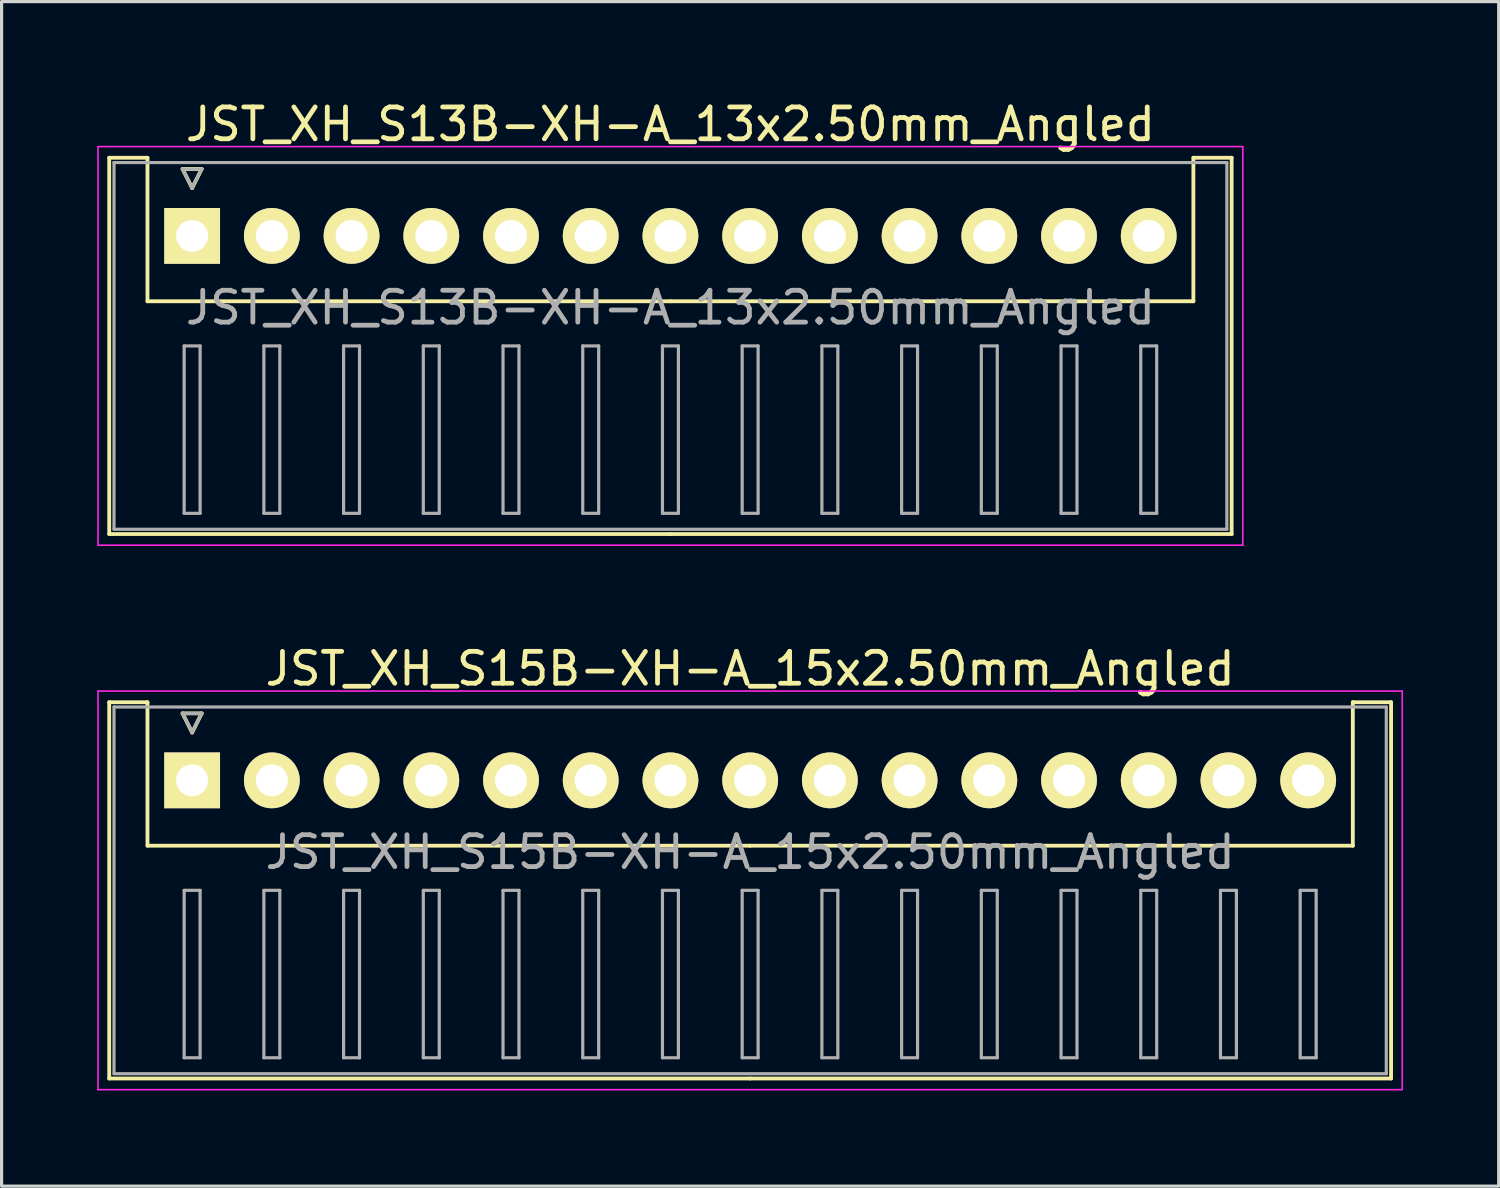
<source format=kicad_pcb>
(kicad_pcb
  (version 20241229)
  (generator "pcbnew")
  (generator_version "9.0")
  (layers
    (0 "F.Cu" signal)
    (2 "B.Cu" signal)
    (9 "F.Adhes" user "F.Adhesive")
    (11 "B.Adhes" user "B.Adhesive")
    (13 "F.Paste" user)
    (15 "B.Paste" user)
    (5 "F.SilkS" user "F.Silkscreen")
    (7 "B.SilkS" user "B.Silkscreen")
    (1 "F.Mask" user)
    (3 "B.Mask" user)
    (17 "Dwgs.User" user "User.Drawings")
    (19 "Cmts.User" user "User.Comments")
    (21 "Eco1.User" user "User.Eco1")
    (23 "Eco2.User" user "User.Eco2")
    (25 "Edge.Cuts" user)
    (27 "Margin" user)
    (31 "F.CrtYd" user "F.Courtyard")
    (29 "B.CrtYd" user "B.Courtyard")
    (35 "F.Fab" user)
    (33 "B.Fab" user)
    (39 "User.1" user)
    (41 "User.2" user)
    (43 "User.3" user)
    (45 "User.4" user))
  (footprint "JST_XH_S13B-XH-A_13x2.50mm_Angled"
    (layer "F.Cu")
    (at 2.975 4.348)
    (property "Reference" "JST_XH_S13B-XH-A_13x2.50mm_Angled" (at 15 -3.5 0) (layer "F.SilkS") (effects (font (size 1 1) (thickness 0.15))))
    (attr through_hole)
    (fp_line (start -2.6 -2.45) (end -1.4 -2.45) (stroke (width 0.12) (type solid)) (layer "F.SilkS"))
    (fp_line (start -2.6 9.35) (end -2.6 -2.45) (stroke (width 0.12) (type solid)) (layer "F.SilkS"))
    (fp_line (start -1.4 -2.45) (end -1.4 2.05) (stroke (width 0.12) (type solid)) (layer "F.SilkS"))
    (fp_line (start -1.4 2.05) (end 15 2.05) (stroke (width 0.12) (type solid)) (layer "F.SilkS"))
    (fp_line (start -0.3 -2.1) (end 0.3 -2.1) (stroke (width 0.12) (type solid)) (layer "F.SilkS"))
    (fp_line (start 0 -1.5) (end -0.3 -2.1) (stroke (width 0.12) (type solid)) (layer "F.SilkS"))
    (fp_line (start 0.3 -2.1) (end 0 -1.5) (stroke (width 0.12) (type solid)) (layer "F.SilkS"))
    (fp_line (start 15 9.35) (end -2.6 9.35) (stroke (width 0.12) (type solid)) (layer "F.SilkS"))
    (fp_line (start 15 9.35) (end 32.6 9.35) (stroke (width 0.12) (type solid)) (layer "F.SilkS"))
    (fp_line (start 31.4 -2.45) (end 31.4 2.05) (stroke (width 0.12) (type solid)) (layer "F.SilkS"))
    (fp_line (start 31.4 2.05) (end 15 2.05) (stroke (width 0.12) (type solid)) (layer "F.SilkS"))
    (fp_line (start 32.6 -2.45) (end 31.4 -2.45) (stroke (width 0.12) (type solid)) (layer "F.SilkS"))
    (fp_line (start 32.6 9.35) (end 32.6 -2.45) (stroke (width 0.12) (type solid)) (layer "F.SilkS"))
    (fp_line (start -2.95 -2.8) (end -2.95 9.7) (stroke (width 0.05) (type solid)) (layer "F.CrtYd"))
    (fp_line (start -2.95 9.7) (end 32.95 9.7) (stroke (width 0.05) (type solid)) (layer "F.CrtYd"))
    (fp_line (start 32.95 -2.8) (end -2.95 -2.8) (stroke (width 0.05) (type solid)) (layer "F.CrtYd"))
    (fp_line (start 32.95 9.7) (end 32.95 -2.8) (stroke (width 0.05) (type solid)) (layer "F.CrtYd"))
    (fp_line (start -2.45 -2.3) (end -2.45 9.2) (stroke (width 0.1) (type solid)) (layer "F.Fab"))
    (fp_line (start -2.45 9.2) (end 32.45 9.2) (stroke (width 0.1) (type solid)) (layer "F.Fab"))
    (fp_line (start -0.3 -2.1) (end 0.3 -2.1) (stroke (width 0.1) (type solid)) (layer "F.Fab"))
    (fp_line (start -0.25 3.45) (end -0.25 8.7) (stroke (width 0.1) (type solid)) (layer "F.Fab"))
    (fp_line (start -0.25 8.7) (end 0.25 8.7) (stroke (width 0.1) (type solid)) (layer "F.Fab"))
    (fp_line (start 0 -1.5) (end -0.3 -2.1) (stroke (width 0.1) (type solid)) (layer "F.Fab"))
    (fp_line (start 0.25 3.45) (end -0.25 3.45) (stroke (width 0.1) (type solid)) (layer "F.Fab"))
    (fp_line (start 0.25 8.7) (end 0.25 3.45) (stroke (width 0.1) (type solid)) (layer "F.Fab"))
    (fp_line (start 0.3 -2.1) (end 0 -1.5) (stroke (width 0.1) (type solid)) (layer "F.Fab"))
    (fp_line (start 2.25 3.45) (end 2.25 8.7) (stroke (width 0.1) (type solid)) (layer "F.Fab"))
    (fp_line (start 2.25 8.7) (end 2.75 8.7) (stroke (width 0.1) (type solid)) (layer "F.Fab"))
    (fp_line (start 2.75 3.45) (end 2.25 3.45) (stroke (width 0.1) (type solid)) (layer "F.Fab"))
    (fp_line (start 2.75 8.7) (end 2.75 3.45) (stroke (width 0.1) (type solid)) (layer "F.Fab"))
    (fp_line (start 4.75 3.45) (end 4.75 8.7) (stroke (width 0.1) (type solid)) (layer "F.Fab"))
    (fp_line (start 4.75 8.7) (end 5.25 8.7) (stroke (width 0.1) (type solid)) (layer "F.Fab"))
    (fp_line (start 5.25 3.45) (end 4.75 3.45) (stroke (width 0.1) (type solid)) (layer "F.Fab"))
    (fp_line (start 5.25 8.7) (end 5.25 3.45) (stroke (width 0.1) (type solid)) (layer "F.Fab"))
    (fp_line (start 7.25 3.45) (end 7.25 8.7) (stroke (width 0.1) (type solid)) (layer "F.Fab"))
    (fp_line (start 7.25 8.7) (end 7.75 8.7) (stroke (width 0.1) (type solid)) (layer "F.Fab"))
    (fp_line (start 7.75 3.45) (end 7.25 3.45) (stroke (width 0.1) (type solid)) (layer "F.Fab"))
    (fp_line (start 7.75 8.7) (end 7.75 3.45) (stroke (width 0.1) (type solid)) (layer "F.Fab"))
    (fp_line (start 9.75 3.45) (end 9.75 8.7) (stroke (width 0.1) (type solid)) (layer "F.Fab"))
    (fp_line (start 9.75 8.7) (end 10.25 8.7) (stroke (width 0.1) (type solid)) (layer "F.Fab"))
    (fp_line (start 10.25 3.45) (end 9.75 3.45) (stroke (width 0.1) (type solid)) (layer "F.Fab"))
    (fp_line (start 10.25 8.7) (end 10.25 3.45) (stroke (width 0.1) (type solid)) (layer "F.Fab"))
    (fp_line (start 12.25 3.45) (end 12.25 8.7) (stroke (width 0.1) (type solid)) (layer "F.Fab"))
    (fp_line (start 12.25 8.7) (end 12.75 8.7) (stroke (width 0.1) (type solid)) (layer "F.Fab"))
    (fp_line (start 12.75 3.45) (end 12.25 3.45) (stroke (width 0.1) (type solid)) (layer "F.Fab"))
    (fp_line (start 12.75 8.7) (end 12.75 3.45) (stroke (width 0.1) (type solid)) (layer "F.Fab"))
    (fp_line (start 14.75 3.45) (end 14.75 8.7) (stroke (width 0.1) (type solid)) (layer "F.Fab"))
    (fp_line (start 14.75 8.7) (end 15.25 8.7) (stroke (width 0.1) (type solid)) (layer "F.Fab"))
    (fp_line (start 15.25 3.45) (end 14.75 3.45) (stroke (width 0.1) (type solid)) (layer "F.Fab"))
    (fp_line (start 15.25 8.7) (end 15.25 3.45) (stroke (width 0.1) (type solid)) (layer "F.Fab"))
    (fp_line (start 17.25 3.45) (end 17.25 8.7) (stroke (width 0.1) (type solid)) (layer "F.Fab"))
    (fp_line (start 17.25 8.7) (end 17.75 8.7) (stroke (width 0.1) (type solid)) (layer "F.Fab"))
    (fp_line (start 17.75 3.45) (end 17.25 3.45) (stroke (width 0.1) (type solid)) (layer "F.Fab"))
    (fp_line (start 17.75 8.7) (end 17.75 3.45) (stroke (width 0.1) (type solid)) (layer "F.Fab"))
    (fp_line (start 19.75 3.45) (end 19.75 8.7) (stroke (width 0.1) (type solid)) (layer "F.Fab"))
    (fp_line (start 19.75 8.7) (end 20.25 8.7) (stroke (width 0.1) (type solid)) (layer "F.Fab"))
    (fp_line (start 20.25 3.45) (end 19.75 3.45) (stroke (width 0.1) (type solid)) (layer "F.Fab"))
    (fp_line (start 20.25 8.7) (end 20.25 3.45) (stroke (width 0.1) (type solid)) (layer "F.Fab"))
    (fp_line (start 22.25 3.45) (end 22.25 8.7) (stroke (width 0.1) (type solid)) (layer "F.Fab"))
    (fp_line (start 22.25 8.7) (end 22.75 8.7) (stroke (width 0.1) (type solid)) (layer "F.Fab"))
    (fp_line (start 22.75 3.45) (end 22.25 3.45) (stroke (width 0.1) (type solid)) (layer "F.Fab"))
    (fp_line (start 22.75 8.7) (end 22.75 3.45) (stroke (width 0.1) (type solid)) (layer "F.Fab"))
    (fp_line (start 24.75 3.45) (end 24.75 8.7) (stroke (width 0.1) (type solid)) (layer "F.Fab"))
    (fp_line (start 24.75 8.7) (end 25.25 8.7) (stroke (width 0.1) (type solid)) (layer "F.Fab"))
    (fp_line (start 25.25 3.45) (end 24.75 3.45) (stroke (width 0.1) (type solid)) (layer "F.Fab"))
    (fp_line (start 25.25 8.7) (end 25.25 3.45) (stroke (width 0.1) (type solid)) (layer "F.Fab"))
    (fp_line (start 27.25 3.45) (end 27.25 8.7) (stroke (width 0.1) (type solid)) (layer "F.Fab"))
    (fp_line (start 27.25 8.7) (end 27.75 8.7) (stroke (width 0.1) (type solid)) (layer "F.Fab"))
    (fp_line (start 27.75 3.45) (end 27.25 3.45) (stroke (width 0.1) (type solid)) (layer "F.Fab"))
    (fp_line (start 27.75 8.7) (end 27.75 3.45) (stroke (width 0.1) (type solid)) (layer "F.Fab"))
    (fp_line (start 29.75 3.45) (end 29.75 8.7) (stroke (width 0.1) (type solid)) (layer "F.Fab"))
    (fp_line (start 29.75 8.7) (end 30.25 8.7) (stroke (width 0.1) (type solid)) (layer "F.Fab"))
    (fp_line (start 30.25 3.45) (end 29.75 3.45) (stroke (width 0.1) (type solid)) (layer "F.Fab"))
    (fp_line (start 30.25 8.7) (end 30.25 3.45) (stroke (width 0.1) (type solid)) (layer "F.Fab"))
    (fp_line (start 32.45 -2.3) (end -2.45 -2.3) (stroke (width 0.1) (type solid)) (layer "F.Fab"))
    (fp_line (start 32.45 9.2) (end 32.45 -2.3) (stroke (width 0.1) (type solid)) (layer "F.Fab"))
    (fp_text user "${REFERENCE}" (at 15 2.25 0) (layer "F.Fab") (effects (font (size 1 1) (thickness 0.15))))
    (pad "1" thru_hole rect (at 0 0) (size 1.75 1.75) (drill 1) (layers "*.Cu" "*.Mask" "F.SilkS"))
    (pad "2" thru_hole circle (at 2.5 0) (size 1.75 1.75) (drill 1) (layers "*.Cu" "*.Mask" "F.SilkS"))
    (pad "3" thru_hole circle (at 5 0) (size 1.75 1.75) (drill 1) (layers "*.Cu" "*.Mask" "F.SilkS"))
    (pad "4" thru_hole circle (at 7.5 0) (size 1.75 1.75) (drill 1) (layers "*.Cu" "*.Mask" "F.SilkS"))
    (pad "5" thru_hole circle (at 10 0) (size 1.75 1.75) (drill 1) (layers "*.Cu" "*.Mask" "F.SilkS"))
    (pad "6" thru_hole circle (at 12.5 0) (size 1.75 1.75) (drill 1) (layers "*.Cu" "*.Mask" "F.SilkS"))
    (pad "7" thru_hole circle (at 15 0) (size 1.75 1.75) (drill 1) (layers "*.Cu" "*.Mask" "F.SilkS"))
    (pad "8" thru_hole circle (at 17.5 0) (size 1.75 1.75) (drill 1) (layers "*.Cu" "*.Mask" "F.SilkS"))
    (pad "9" thru_hole circle (at 20 0) (size 1.75 1.75) (drill 1) (layers "*.Cu" "*.Mask" "F.SilkS"))
    (pad "10" thru_hole circle (at 22.5 0) (size 1.75 1.75) (drill 1) (layers "*.Cu" "*.Mask" "F.SilkS"))
    (pad "11" thru_hole circle (at 25 0) (size 1.75 1.75) (drill 1) (layers "*.Cu" "*.Mask" "F.SilkS"))
    (pad "12" thru_hole circle (at 27.5 0) (size 1.75 1.75) (drill 1) (layers "*.Cu" "*.Mask" "F.SilkS"))
    (pad "13" thru_hole circle (at 30 0) (size 1.75 1.75) (drill 1) (layers "*.Cu" "*.Mask" "F.SilkS")))
  (footprint "JST_XH_S15B-XH-A_15x2.50mm_Angled"
    (layer "F.Cu")
    (at 2.975 21.422)
    (property "Reference" "JST_XH_S15B-XH-A_15x2.50mm_Angled" (at 17.5 -3.5 0) (layer "F.SilkS") (effects (font (size 1 1) (thickness 0.15))))
    (attr through_hole)
    (fp_line (start -2.6 -2.45) (end -1.4 -2.45) (stroke (width 0.12) (type solid)) (layer "F.SilkS"))
    (fp_line (start -2.6 9.35) (end -2.6 -2.45) (stroke (width 0.12) (type solid)) (layer "F.SilkS"))
    (fp_line (start -1.4 -2.45) (end -1.4 2.05) (stroke (width 0.12) (type solid)) (layer "F.SilkS"))
    (fp_line (start -1.4 2.05) (end 17.5 2.05) (stroke (width 0.12) (type solid)) (layer "F.SilkS"))
    (fp_line (start -0.3 -2.1) (end 0.3 -2.1) (stroke (width 0.12) (type solid)) (layer "F.SilkS"))
    (fp_line (start 0 -1.5) (end -0.3 -2.1) (stroke (width 0.12) (type solid)) (layer "F.SilkS"))
    (fp_line (start 0.3 -2.1) (end 0 -1.5) (stroke (width 0.12) (type solid)) (layer "F.SilkS"))
    (fp_line (start 17.5 9.35) (end -2.6 9.35) (stroke (width 0.12) (type solid)) (layer "F.SilkS"))
    (fp_line (start 17.5 9.35) (end 37.6 9.35) (stroke (width 0.12) (type solid)) (layer "F.SilkS"))
    (fp_line (start 36.4 -2.45) (end 36.4 2.05) (stroke (width 0.12) (type solid)) (layer "F.SilkS"))
    (fp_line (start 36.4 2.05) (end 17.5 2.05) (stroke (width 0.12) (type solid)) (layer "F.SilkS"))
    (fp_line (start 37.6 -2.45) (end 36.4 -2.45) (stroke (width 0.12) (type solid)) (layer "F.SilkS"))
    (fp_line (start 37.6 9.35) (end 37.6 -2.45) (stroke (width 0.12) (type solid)) (layer "F.SilkS"))
    (fp_line (start -2.95 -2.8) (end -2.95 9.7) (stroke (width 0.05) (type solid)) (layer "F.CrtYd"))
    (fp_line (start -2.95 9.7) (end 37.95 9.7) (stroke (width 0.05) (type solid)) (layer "F.CrtYd"))
    (fp_line (start 37.95 -2.8) (end -2.95 -2.8) (stroke (width 0.05) (type solid)) (layer "F.CrtYd"))
    (fp_line (start 37.95 9.7) (end 37.95 -2.8) (stroke (width 0.05) (type solid)) (layer "F.CrtYd"))
    (fp_line (start -2.45 -2.3) (end -2.45 9.2) (stroke (width 0.1) (type solid)) (layer "F.Fab"))
    (fp_line (start -2.45 9.2) (end 37.45 9.2) (stroke (width 0.1) (type solid)) (layer "F.Fab"))
    (fp_line (start -0.3 -2.1) (end 0.3 -2.1) (stroke (width 0.1) (type solid)) (layer "F.Fab"))
    (fp_line (start -0.25 3.45) (end -0.25 8.7) (stroke (width 0.1) (type solid)) (layer "F.Fab"))
    (fp_line (start -0.25 8.7) (end 0.25 8.7) (stroke (width 0.1) (type solid)) (layer "F.Fab"))
    (fp_line (start 0 -1.5) (end -0.3 -2.1) (stroke (width 0.1) (type solid)) (layer "F.Fab"))
    (fp_line (start 0.25 3.45) (end -0.25 3.45) (stroke (width 0.1) (type solid)) (layer "F.Fab"))
    (fp_line (start 0.25 8.7) (end 0.25 3.45) (stroke (width 0.1) (type solid)) (layer "F.Fab"))
    (fp_line (start 0.3 -2.1) (end 0 -1.5) (stroke (width 0.1) (type solid)) (layer "F.Fab"))
    (fp_line (start 2.25 3.45) (end 2.25 8.7) (stroke (width 0.1) (type solid)) (layer "F.Fab"))
    (fp_line (start 2.25 8.7) (end 2.75 8.7) (stroke (width 0.1) (type solid)) (layer "F.Fab"))
    (fp_line (start 2.75 3.45) (end 2.25 3.45) (stroke (width 0.1) (type solid)) (layer "F.Fab"))
    (fp_line (start 2.75 8.7) (end 2.75 3.45) (stroke (width 0.1) (type solid)) (layer "F.Fab"))
    (fp_line (start 4.75 3.45) (end 4.75 8.7) (stroke (width 0.1) (type solid)) (layer "F.Fab"))
    (fp_line (start 4.75 8.7) (end 5.25 8.7) (stroke (width 0.1) (type solid)) (layer "F.Fab"))
    (fp_line (start 5.25 3.45) (end 4.75 3.45) (stroke (width 0.1) (type solid)) (layer "F.Fab"))
    (fp_line (start 5.25 8.7) (end 5.25 3.45) (stroke (width 0.1) (type solid)) (layer "F.Fab"))
    (fp_line (start 7.25 3.45) (end 7.25 8.7) (stroke (width 0.1) (type solid)) (layer "F.Fab"))
    (fp_line (start 7.25 8.7) (end 7.75 8.7) (stroke (width 0.1) (type solid)) (layer "F.Fab"))
    (fp_line (start 7.75 3.45) (end 7.25 3.45) (stroke (width 0.1) (type solid)) (layer "F.Fab"))
    (fp_line (start 7.75 8.7) (end 7.75 3.45) (stroke (width 0.1) (type solid)) (layer "F.Fab"))
    (fp_line (start 9.75 3.45) (end 9.75 8.7) (stroke (width 0.1) (type solid)) (layer "F.Fab"))
    (fp_line (start 9.75 8.7) (end 10.25 8.7) (stroke (width 0.1) (type solid)) (layer "F.Fab"))
    (fp_line (start 10.25 3.45) (end 9.75 3.45) (stroke (width 0.1) (type solid)) (layer "F.Fab"))
    (fp_line (start 10.25 8.7) (end 10.25 3.45) (stroke (width 0.1) (type solid)) (layer "F.Fab"))
    (fp_line (start 12.25 3.45) (end 12.25 8.7) (stroke (width 0.1) (type solid)) (layer "F.Fab"))
    (fp_line (start 12.25 8.7) (end 12.75 8.7) (stroke (width 0.1) (type solid)) (layer "F.Fab"))
    (fp_line (start 12.75 3.45) (end 12.25 3.45) (stroke (width 0.1) (type solid)) (layer "F.Fab"))
    (fp_line (start 12.75 8.7) (end 12.75 3.45) (stroke (width 0.1) (type solid)) (layer "F.Fab"))
    (fp_line (start 14.75 3.45) (end 14.75 8.7) (stroke (width 0.1) (type solid)) (layer "F.Fab"))
    (fp_line (start 14.75 8.7) (end 15.25 8.7) (stroke (width 0.1) (type solid)) (layer "F.Fab"))
    (fp_line (start 15.25 3.45) (end 14.75 3.45) (stroke (width 0.1) (type solid)) (layer "F.Fab"))
    (fp_line (start 15.25 8.7) (end 15.25 3.45) (stroke (width 0.1) (type solid)) (layer "F.Fab"))
    (fp_line (start 17.25 3.45) (end 17.25 8.7) (stroke (width 0.1) (type solid)) (layer "F.Fab"))
    (fp_line (start 17.25 8.7) (end 17.75 8.7) (stroke (width 0.1) (type solid)) (layer "F.Fab"))
    (fp_line (start 17.75 3.45) (end 17.25 3.45) (stroke (width 0.1) (type solid)) (layer "F.Fab"))
    (fp_line (start 17.75 8.7) (end 17.75 3.45) (stroke (width 0.1) (type solid)) (layer "F.Fab"))
    (fp_line (start 19.75 3.45) (end 19.75 8.7) (stroke (width 0.1) (type solid)) (layer "F.Fab"))
    (fp_line (start 19.75 8.7) (end 20.25 8.7) (stroke (width 0.1) (type solid)) (layer "F.Fab"))
    (fp_line (start 20.25 3.45) (end 19.75 3.45) (stroke (width 0.1) (type solid)) (layer "F.Fab"))
    (fp_line (start 20.25 8.7) (end 20.25 3.45) (stroke (width 0.1) (type solid)) (layer "F.Fab"))
    (fp_line (start 22.25 3.45) (end 22.25 8.7) (stroke (width 0.1) (type solid)) (layer "F.Fab"))
    (fp_line (start 22.25 8.7) (end 22.75 8.7) (stroke (width 0.1) (type solid)) (layer "F.Fab"))
    (fp_line (start 22.75 3.45) (end 22.25 3.45) (stroke (width 0.1) (type solid)) (layer "F.Fab"))
    (fp_line (start 22.75 8.7) (end 22.75 3.45) (stroke (width 0.1) (type solid)) (layer "F.Fab"))
    (fp_line (start 24.75 3.45) (end 24.75 8.7) (stroke (width 0.1) (type solid)) (layer "F.Fab"))
    (fp_line (start 24.75 8.7) (end 25.25 8.7) (stroke (width 0.1) (type solid)) (layer "F.Fab"))
    (fp_line (start 25.25 3.45) (end 24.75 3.45) (stroke (width 0.1) (type solid)) (layer "F.Fab"))
    (fp_line (start 25.25 8.7) (end 25.25 3.45) (stroke (width 0.1) (type solid)) (layer "F.Fab"))
    (fp_line (start 27.25 3.45) (end 27.25 8.7) (stroke (width 0.1) (type solid)) (layer "F.Fab"))
    (fp_line (start 27.25 8.7) (end 27.75 8.7) (stroke (width 0.1) (type solid)) (layer "F.Fab"))
    (fp_line (start 27.75 3.45) (end 27.25 3.45) (stroke (width 0.1) (type solid)) (layer "F.Fab"))
    (fp_line (start 27.75 8.7) (end 27.75 3.45) (stroke (width 0.1) (type solid)) (layer "F.Fab"))
    (fp_line (start 29.75 3.45) (end 29.75 8.7) (stroke (width 0.1) (type solid)) (layer "F.Fab"))
    (fp_line (start 29.75 8.7) (end 30.25 8.7) (stroke (width 0.1) (type solid)) (layer "F.Fab"))
    (fp_line (start 30.25 3.45) (end 29.75 3.45) (stroke (width 0.1) (type solid)) (layer "F.Fab"))
    (fp_line (start 30.25 8.7) (end 30.25 3.45) (stroke (width 0.1) (type solid)) (layer "F.Fab"))
    (fp_line (start 32.25 3.45) (end 32.25 8.7) (stroke (width 0.1) (type solid)) (layer "F.Fab"))
    (fp_line (start 32.25 8.7) (end 32.75 8.7) (stroke (width 0.1) (type solid)) (layer "F.Fab"))
    (fp_line (start 32.75 3.45) (end 32.25 3.45) (stroke (width 0.1) (type solid)) (layer "F.Fab"))
    (fp_line (start 32.75 8.7) (end 32.75 3.45) (stroke (width 0.1) (type solid)) (layer "F.Fab"))
    (fp_line (start 34.75 3.45) (end 34.75 8.7) (stroke (width 0.1) (type solid)) (layer "F.Fab"))
    (fp_line (start 34.75 8.7) (end 35.25 8.7) (stroke (width 0.1) (type solid)) (layer "F.Fab"))
    (fp_line (start 35.25 3.45) (end 34.75 3.45) (stroke (width 0.1) (type solid)) (layer "F.Fab"))
    (fp_line (start 35.25 8.7) (end 35.25 3.45) (stroke (width 0.1) (type solid)) (layer "F.Fab"))
    (fp_line (start 37.45 -2.3) (end -2.45 -2.3) (stroke (width 0.1) (type solid)) (layer "F.Fab"))
    (fp_line (start 37.45 9.2) (end 37.45 -2.3) (stroke (width 0.1) (type solid)) (layer "F.Fab"))
    (fp_text user "${REFERENCE}" (at 17.5 2.25 0) (layer "F.Fab") (effects (font (size 1 1) (thickness 0.15))))
    (pad "1" thru_hole rect (at 0 0) (size 1.75 1.75) (drill 1) (layers "*.Cu" "*.Mask" "F.SilkS"))
    (pad "2" thru_hole circle (at 2.5 0) (size 1.75 1.75) (drill 1) (layers "*.Cu" "*.Mask" "F.SilkS"))
    (pad "3" thru_hole circle (at 5 0) (size 1.75 1.75) (drill 1) (layers "*.Cu" "*.Mask" "F.SilkS"))
    (pad "4" thru_hole circle (at 7.5 0) (size 1.75 1.75) (drill 1) (layers "*.Cu" "*.Mask" "F.SilkS"))
    (pad "5" thru_hole circle (at 10 0) (size 1.75 1.75) (drill 1) (layers "*.Cu" "*.Mask" "F.SilkS"))
    (pad "6" thru_hole circle (at 12.5 0) (size 1.75 1.75) (drill 1) (layers "*.Cu" "*.Mask" "F.SilkS"))
    (pad "7" thru_hole circle (at 15 0) (size 1.75 1.75) (drill 1) (layers "*.Cu" "*.Mask" "F.SilkS"))
    (pad "8" thru_hole circle (at 17.5 0) (size 1.75 1.75) (drill 1) (layers "*.Cu" "*.Mask" "F.SilkS"))
    (pad "9" thru_hole circle (at 20 0) (size 1.75 1.75) (drill 1) (layers "*.Cu" "*.Mask" "F.SilkS"))
    (pad "10" thru_hole circle (at 22.5 0) (size 1.75 1.75) (drill 1) (layers "*.Cu" "*.Mask" "F.SilkS"))
    (pad "11" thru_hole circle (at 25 0) (size 1.75 1.75) (drill 1) (layers "*.Cu" "*.Mask" "F.SilkS"))
    (pad "12" thru_hole circle (at 27.5 0) (size 1.75 1.75) (drill 1) (layers "*.Cu" "*.Mask" "F.SilkS"))
    (pad "13" thru_hole circle (at 30 0) (size 1.75 1.75) (drill 1) (layers "*.Cu" "*.Mask" "F.SilkS"))
    (pad "14" thru_hole circle (at 32.5 0) (size 1.75 1.75) (drill 1) (layers "*.Cu" "*.Mask" "F.SilkS"))
    (pad "15" thru_hole circle (at 35 0) (size 1.75 1.75) (drill 1) (layers "*.Cu" "*.Mask" "F.SilkS")))
  (gr_rect
    (start -3 -3)
    (end 43.95 34.147)
    (stroke (width 0.1) (type default))
    (fill no)
    (layer "Edge.Cuts")))
</source>
